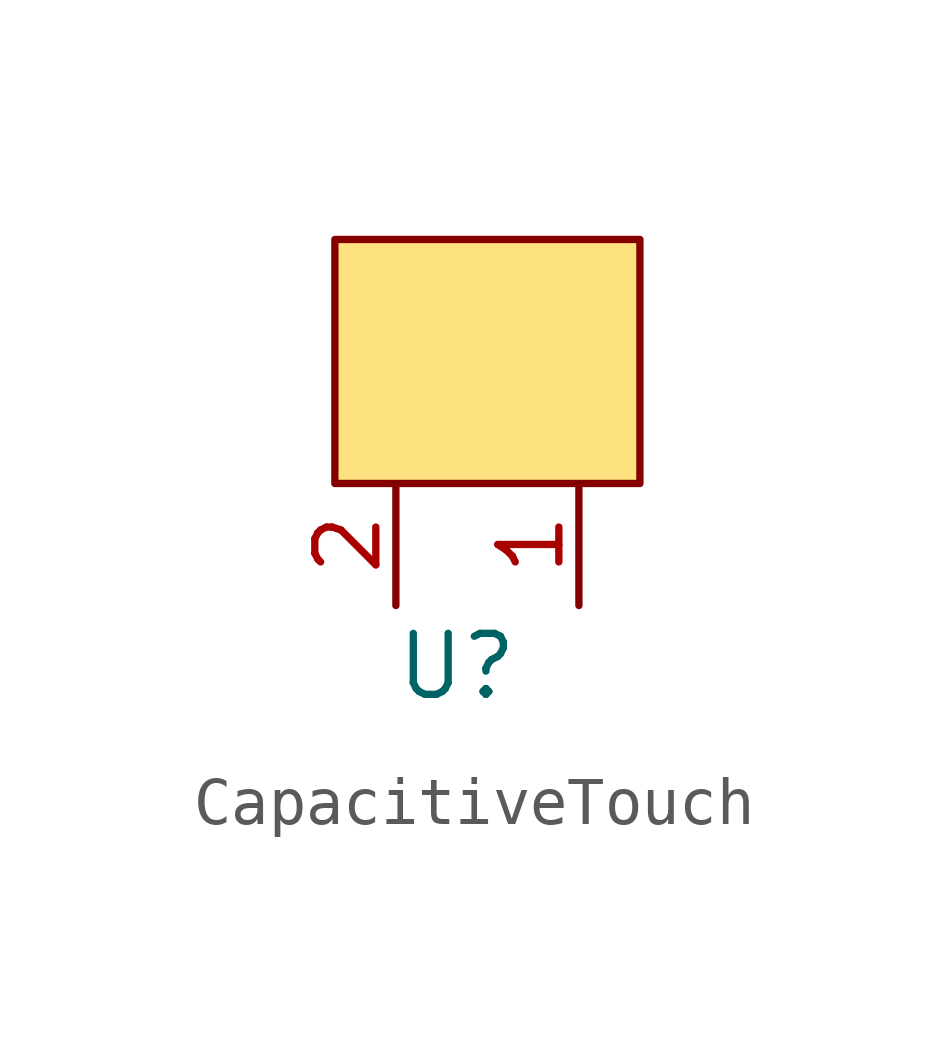
<source format=kicad_sym>
(kicad_symbol_lib
  (version 20231120)
  (generator "kicad_symbol_editor")
  (generator_version "8.0")
  (symbol "CapacitiveTouch"
    (property "Reference" "U"
      (at 0 0 0)
      (effects (font (size 1.27 1.27))))
    (property "Value" ""
      (at 0 0 0)
      (effects (font (size 1.27 1.27))))
    (symbol "CapacitiveTouch_0_1"
      (rectangle (start -2.54 8.89) (end 3.81 3.81) (stroke (width 0) (type default)) (fill (type color) (color 255 218 97 0.8))))
    (symbol "CapacitiveTouch_1_1"
      (pin input line (at 2.54 1.27 90) (length 2.54) (name "" (effects (font (size 1.27 1.27)))) (number "1" (effects (font (size 1.27 1.27)))))
      (pin output line (at -1.27 1.27 90) (length 2.54) (name "" (effects (font (size 1.27 1.27)))) (number "2" (effects (font (size 1.27 1.27))))))))
</source>
